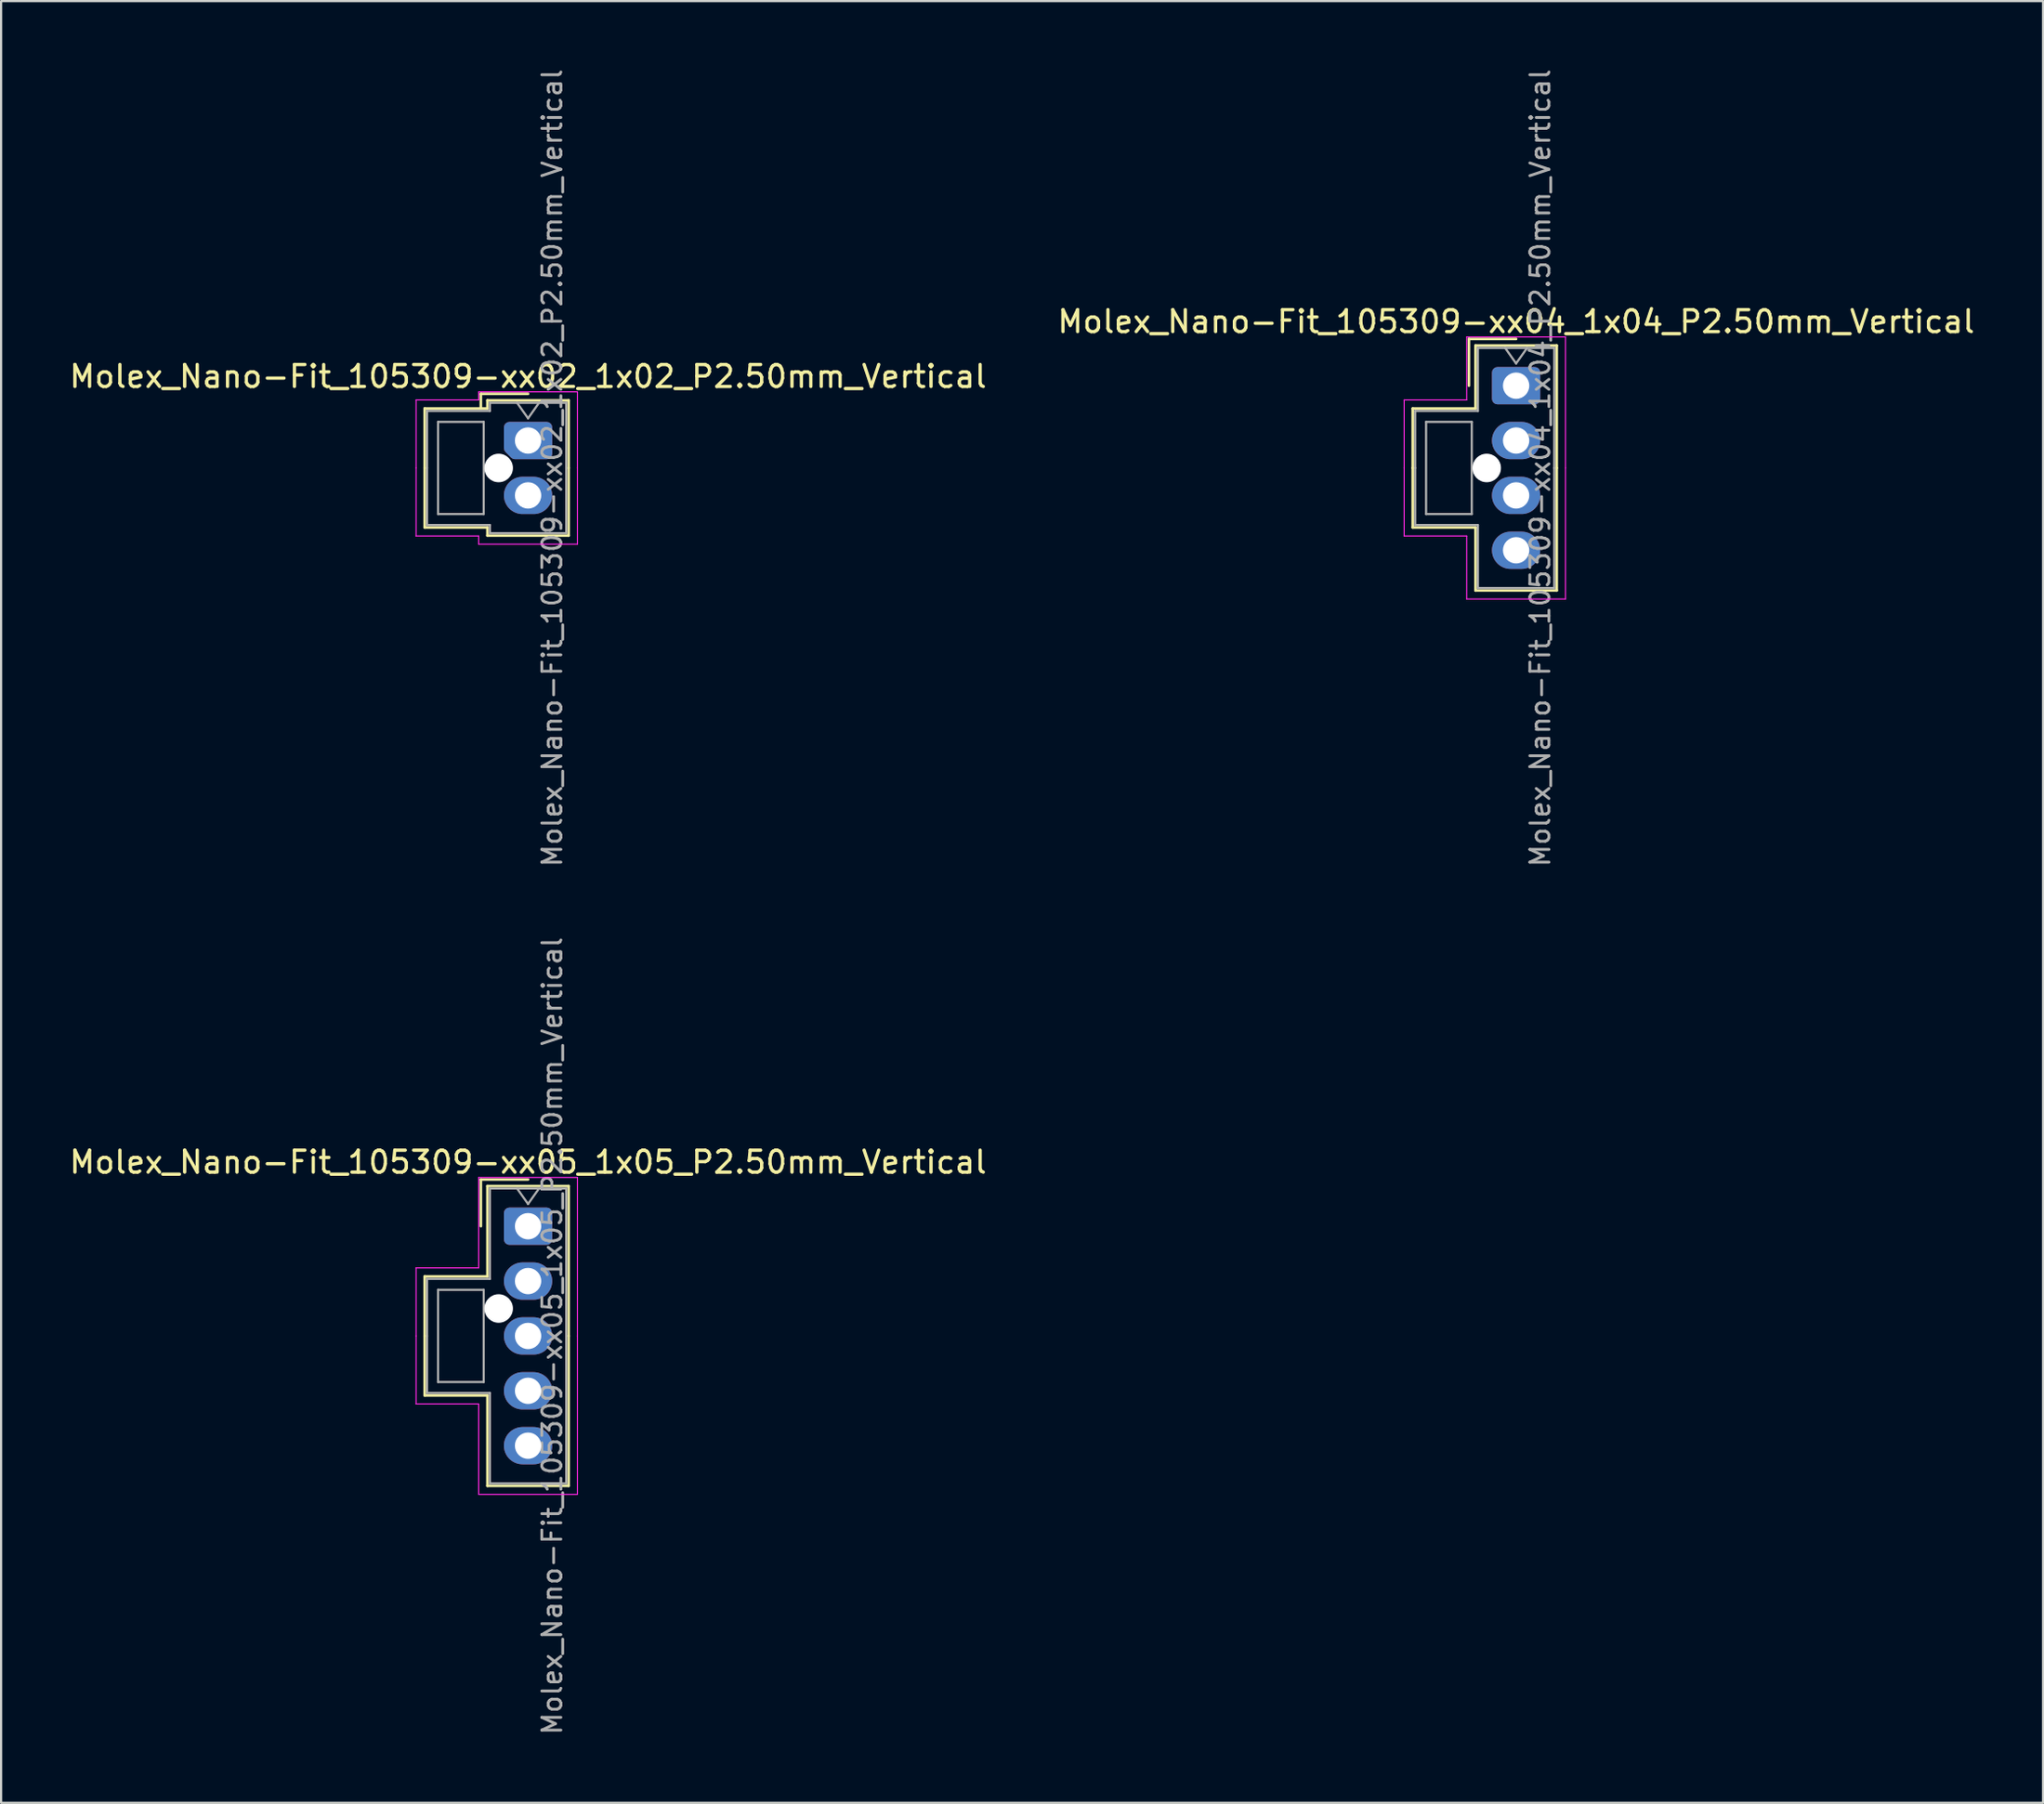
<source format=kicad_pcb>
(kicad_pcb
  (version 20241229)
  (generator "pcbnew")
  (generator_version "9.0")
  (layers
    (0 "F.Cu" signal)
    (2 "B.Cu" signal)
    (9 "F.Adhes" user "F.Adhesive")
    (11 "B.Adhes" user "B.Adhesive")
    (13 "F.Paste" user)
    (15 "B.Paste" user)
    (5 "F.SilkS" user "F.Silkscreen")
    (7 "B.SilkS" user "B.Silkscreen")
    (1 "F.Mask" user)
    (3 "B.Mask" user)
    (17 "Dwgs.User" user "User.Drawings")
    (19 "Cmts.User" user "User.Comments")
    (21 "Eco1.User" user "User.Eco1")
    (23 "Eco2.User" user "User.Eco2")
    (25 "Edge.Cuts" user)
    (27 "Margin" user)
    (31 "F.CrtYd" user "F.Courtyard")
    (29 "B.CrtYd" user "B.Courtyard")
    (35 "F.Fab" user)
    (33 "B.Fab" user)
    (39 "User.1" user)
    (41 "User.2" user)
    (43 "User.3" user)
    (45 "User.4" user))
  (footprint "Molex_Nano-Fit_105309-xx02_1x02_P2.50mm_Vertical"
    (layer "F.Cu")
    (at 21.006 17.024)
    (property "Reference" "Molex_Nano-Fit_105309-xx02_1x02_P2.50mm_Vertical" (at 0 -2.92 0) (layer "F.SilkS") (effects (font (size 1 1) (thickness 0.15))))
    (attr through_hole)
    (fp_line (start -4.71 -1.46) (end -4.71 1.25) (stroke (width 0.12) (type solid)) (layer "F.SilkS"))
    (fp_line (start -4.71 3.96) (end -4.71 1.25) (stroke (width 0.12) (type solid)) (layer "F.SilkS"))
    (fp_line (start -2.15 -2.13) (end -2.15 -1.46) (stroke (width 0.12) (type solid)) (layer "F.SilkS"))
    (fp_line (start -1.85 -1.83) (end -1.85 -1.46) (stroke (width 0.12) (type solid)) (layer "F.SilkS"))
    (fp_line (start -1.85 -1.46) (end -4.71 -1.46) (stroke (width 0.12) (type solid)) (layer "F.SilkS"))
    (fp_line (start -1.85 3.96) (end -4.71 3.96) (stroke (width 0.12) (type solid)) (layer "F.SilkS"))
    (fp_line (start -1.85 4.33) (end -1.85 3.96) (stroke (width 0.12) (type solid)) (layer "F.SilkS"))
    (fp_line (start 0 -2.13) (end -2.15 -2.13) (stroke (width 0.12) (type solid)) (layer "F.SilkS"))
    (fp_line (start 1.85 -1.83) (end -1.85 -1.83) (stroke (width 0.12) (type solid)) (layer "F.SilkS"))
    (fp_line (start 1.85 1.25) (end 1.85 -1.83) (stroke (width 0.12) (type solid)) (layer "F.SilkS"))
    (fp_line (start 1.85 1.25) (end 1.85 4.33) (stroke (width 0.12) (type solid)) (layer "F.SilkS"))
    (fp_line (start 1.85 4.33) (end -1.85 4.33) (stroke (width 0.12) (type solid)) (layer "F.SilkS"))
    (fp_line (start -5.1 -1.85) (end -5.1 1.25) (stroke (width 0.05) (type solid)) (layer "F.CrtYd"))
    (fp_line (start -5.1 4.35) (end -5.1 1.25) (stroke (width 0.05) (type solid)) (layer "F.CrtYd"))
    (fp_line (start -2.25 -2.22) (end -2.25 -1.85) (stroke (width 0.05) (type solid)) (layer "F.CrtYd"))
    (fp_line (start -2.25 -1.85) (end -5.1 -1.85) (stroke (width 0.05) (type solid)) (layer "F.CrtYd"))
    (fp_line (start -2.25 4.35) (end -5.1 4.35) (stroke (width 0.05) (type solid)) (layer "F.CrtYd"))
    (fp_line (start -2.25 4.72) (end -2.25 4.35) (stroke (width 0.05) (type solid)) (layer "F.CrtYd"))
    (fp_line (start 2.25 -2.22) (end -2.25 -2.22) (stroke (width 0.05) (type solid)) (layer "F.CrtYd"))
    (fp_line (start 2.25 1.25) (end 2.25 -2.22) (stroke (width 0.05) (type solid)) (layer "F.CrtYd"))
    (fp_line (start 2.25 1.25) (end 2.25 4.72) (stroke (width 0.05) (type solid)) (layer "F.CrtYd"))
    (fp_line (start 2.25 4.72) (end -2.25 4.72) (stroke (width 0.05) (type solid)) (layer "F.CrtYd"))
    (fp_line (start -4.6 -1.35) (end -4.6 1.25) (stroke (width 0.1) (type solid)) (layer "F.Fab"))
    (fp_line (start -4.6 3.85) (end -4.6 1.25) (stroke (width 0.1) (type solid)) (layer "F.Fab"))
    (fp_line (start -4.1 -0.85) (end -4.1 3.35) (stroke (width 0.1) (type solid)) (layer "F.Fab"))
    (fp_line (start -4.1 3.35) (end -2.02 3.35) (stroke (width 0.1) (type solid)) (layer "F.Fab"))
    (fp_line (start -2.02 -0.85) (end -4.1 -0.85) (stroke (width 0.1) (type solid)) (layer "F.Fab"))
    (fp_line (start -2.02 3.35) (end -2.02 -0.85) (stroke (width 0.1) (type solid)) (layer "F.Fab"))
    (fp_line (start -1.74 -1.72) (end -1.74 -1.35) (stroke (width 0.1) (type solid)) (layer "F.Fab"))
    (fp_line (start -1.74 -1.35) (end -4.6 -1.35) (stroke (width 0.1) (type solid)) (layer "F.Fab"))
    (fp_line (start -1.74 3.85) (end -4.6 3.85) (stroke (width 0.1) (type solid)) (layer "F.Fab"))
    (fp_line (start -1.74 4.22) (end -1.74 3.85) (stroke (width 0.1) (type solid)) (layer "F.Fab"))
    (fp_line (start -0.5 -1.72) (end 0 -1.013) (stroke (width 0.1) (type solid)) (layer "F.Fab"))
    (fp_line (start 0 -1.013) (end 0.5 -1.72) (stroke (width 0.1) (type solid)) (layer "F.Fab"))
    (fp_line (start 1.74 -1.72) (end -1.74 -1.72) (stroke (width 0.1) (type solid)) (layer "F.Fab"))
    (fp_line (start 1.74 1.25) (end 1.74 -1.72) (stroke (width 0.1) (type solid)) (layer "F.Fab"))
    (fp_line (start 1.74 1.25) (end 1.74 4.22) (stroke (width 0.1) (type solid)) (layer "F.Fab"))
    (fp_line (start 1.74 4.22) (end -1.74 4.22) (stroke (width 0.1) (type solid)) (layer "F.Fab"))
    (fp_text user "${REFERENCE}" (at 1.1 1.25 90) (layer "F.Fab") (effects (font (size 0.87 0.87) (thickness 0.13))))
    (pad "" np_thru_hole circle (at -1.34 1.25) (size 1.3 1.3) (drill 1.3) (layers "*.Cu" "*.Mask"))
    (pad "1" thru_hole custom (at 0 0) (size 1.417 1.417) (drill 1.2) (layers "*.Cu" "*.Mask") (options (anchor circle)) (primitives (gr_poly (pts (xy -0.85 -0.6) (xy 0.85 -0.6) (xy 0.85 0.6) (xy -0.596 0.6) (xy -0.85 0.346)) (width 0.5) (fill yes))))
    (pad "2" thru_hole oval (at 0 2.5) (size 2.2 1.7) (drill 1.2) (layers "*.Cu" "*.Mask")))
  (footprint "Molex_Nano-Fit_105309-xx05_1x05_P2.50mm_Vertical"
    (layer "F.Cu")
    (at 21.006 52.823)
    (property "Reference" "Molex_Nano-Fit_105309-xx05_1x05_P2.50mm_Vertical" (at 0 -2.92 0) (layer "F.SilkS") (effects (font (size 1 1) (thickness 0.15))))
    (attr through_hole)
    (fp_line (start -4.71 2.29) (end -4.71 5) (stroke (width 0.12) (type solid)) (layer "F.SilkS"))
    (fp_line (start -4.71 7.71) (end -4.71 5) (stroke (width 0.12) (type solid)) (layer "F.SilkS"))
    (fp_line (start -2.15 -2.13) (end -2.15 0) (stroke (width 0.12) (type solid)) (layer "F.SilkS"))
    (fp_line (start -1.85 -1.83) (end -1.85 2.29) (stroke (width 0.12) (type solid)) (layer "F.SilkS"))
    (fp_line (start -1.85 2.29) (end -4.71 2.29) (stroke (width 0.12) (type solid)) (layer "F.SilkS"))
    (fp_line (start -1.85 7.71) (end -4.71 7.71) (stroke (width 0.12) (type solid)) (layer "F.SilkS"))
    (fp_line (start -1.85 11.83) (end -1.85 7.71) (stroke (width 0.12) (type solid)) (layer "F.SilkS"))
    (fp_line (start 0 -2.13) (end -2.15 -2.13) (stroke (width 0.12) (type solid)) (layer "F.SilkS"))
    (fp_line (start 1.85 -1.83) (end -1.85 -1.83) (stroke (width 0.12) (type solid)) (layer "F.SilkS"))
    (fp_line (start 1.85 5) (end 1.85 -1.83) (stroke (width 0.12) (type solid)) (layer "F.SilkS"))
    (fp_line (start 1.85 5) (end 1.85 11.83) (stroke (width 0.12) (type solid)) (layer "F.SilkS"))
    (fp_line (start 1.85 11.83) (end -1.85 11.83) (stroke (width 0.12) (type solid)) (layer "F.SilkS"))
    (fp_line (start -5.1 1.9) (end -5.1 5) (stroke (width 0.05) (type solid)) (layer "F.CrtYd"))
    (fp_line (start -5.1 8.1) (end -5.1 5) (stroke (width 0.05) (type solid)) (layer "F.CrtYd"))
    (fp_line (start -2.25 -2.22) (end -2.25 1.9) (stroke (width 0.05) (type solid)) (layer "F.CrtYd"))
    (fp_line (start -2.25 1.9) (end -5.1 1.9) (stroke (width 0.05) (type solid)) (layer "F.CrtYd"))
    (fp_line (start -2.25 8.1) (end -5.1 8.1) (stroke (width 0.05) (type solid)) (layer "F.CrtYd"))
    (fp_line (start -2.25 12.22) (end -2.25 8.1) (stroke (width 0.05) (type solid)) (layer "F.CrtYd"))
    (fp_line (start 2.25 -2.22) (end -2.25 -2.22) (stroke (width 0.05) (type solid)) (layer "F.CrtYd"))
    (fp_line (start 2.25 5) (end 2.25 -2.22) (stroke (width 0.05) (type solid)) (layer "F.CrtYd"))
    (fp_line (start 2.25 5) (end 2.25 12.22) (stroke (width 0.05) (type solid)) (layer "F.CrtYd"))
    (fp_line (start 2.25 12.22) (end -2.25 12.22) (stroke (width 0.05) (type solid)) (layer "F.CrtYd"))
    (fp_line (start -4.6 2.4) (end -4.6 5) (stroke (width 0.1) (type solid)) (layer "F.Fab"))
    (fp_line (start -4.6 7.6) (end -4.6 5) (stroke (width 0.1) (type solid)) (layer "F.Fab"))
    (fp_line (start -4.1 2.9) (end -4.1 7.1) (stroke (width 0.1) (type solid)) (layer "F.Fab"))
    (fp_line (start -4.1 7.1) (end -2.02 7.1) (stroke (width 0.1) (type solid)) (layer "F.Fab"))
    (fp_line (start -2.02 2.9) (end -4.1 2.9) (stroke (width 0.1) (type solid)) (layer "F.Fab"))
    (fp_line (start -2.02 7.1) (end -2.02 2.9) (stroke (width 0.1) (type solid)) (layer "F.Fab"))
    (fp_line (start -1.74 -1.72) (end -1.74 2.4) (stroke (width 0.1) (type solid)) (layer "F.Fab"))
    (fp_line (start -1.74 2.4) (end -4.6 2.4) (stroke (width 0.1) (type solid)) (layer "F.Fab"))
    (fp_line (start -1.74 7.6) (end -4.6 7.6) (stroke (width 0.1) (type solid)) (layer "F.Fab"))
    (fp_line (start -1.74 11.72) (end -1.74 7.6) (stroke (width 0.1) (type solid)) (layer "F.Fab"))
    (fp_line (start -0.5 -1.72) (end 0 -1.013) (stroke (width 0.1) (type solid)) (layer "F.Fab"))
    (fp_line (start 0 -1.013) (end 0.5 -1.72) (stroke (width 0.1) (type solid)) (layer "F.Fab"))
    (fp_line (start 1.74 -1.72) (end -1.74 -1.72) (stroke (width 0.1) (type solid)) (layer "F.Fab"))
    (fp_line (start 1.74 5) (end 1.74 -1.72) (stroke (width 0.1) (type solid)) (layer "F.Fab"))
    (fp_line (start 1.74 5) (end 1.74 11.72) (stroke (width 0.1) (type solid)) (layer "F.Fab"))
    (fp_line (start 1.74 11.72) (end -1.74 11.72) (stroke (width 0.1) (type solid)) (layer "F.Fab"))
    (fp_text user "${REFERENCE}" (at 1.1 5 90) (layer "F.Fab") (effects (font (size 0.87 0.87) (thickness 0.13))))
    (pad "" np_thru_hole circle (at -1.34 3.75) (size 1.3 1.3) (drill 1.3) (layers "*.Cu" "*.Mask"))
    (pad "1" thru_hole roundrect (at 0 0) (size 2.2 1.7) (drill 1.2) (layers "*.Cu" "*.Mask") (roundrect_rratio 0.147))
    (pad "2" thru_hole oval (at 0 2.5) (size 2.2 1.7) (drill 1.2) (layers "*.Cu" "*.Mask"))
    (pad "3" thru_hole oval (at 0 5) (size 2.2 1.7) (drill 1.2) (layers "*.Cu" "*.Mask"))
    (pad "4" thru_hole oval (at 0 7.5) (size 2.2 1.7) (drill 1.2) (layers "*.Cu" "*.Mask"))
    (pad "5" thru_hole oval (at 0 10) (size 2.2 1.7) (drill 1.2) (layers "*.Cu" "*.Mask")))
  (footprint "Molex_Nano-Fit_105309-xx04_1x04_P2.50mm_Vertical"
    (layer "F.Cu")
    (at 66.018 14.524)
    (property "Reference" "Molex_Nano-Fit_105309-xx04_1x04_P2.50mm_Vertical" (at 0 -2.92 0) (layer "F.SilkS") (effects (font (size 1 1) (thickness 0.15))))
    (attr through_hole)
    (fp_line (start -4.71 1.04) (end -4.71 3.75) (stroke (width 0.12) (type solid)) (layer "F.SilkS"))
    (fp_line (start -4.71 6.46) (end -4.71 3.75) (stroke (width 0.12) (type solid)) (layer "F.SilkS"))
    (fp_line (start -2.15 -2.13) (end -2.15 0) (stroke (width 0.12) (type solid)) (layer "F.SilkS"))
    (fp_line (start -1.85 -1.83) (end -1.85 1.04) (stroke (width 0.12) (type solid)) (layer "F.SilkS"))
    (fp_line (start -1.85 1.04) (end -4.71 1.04) (stroke (width 0.12) (type solid)) (layer "F.SilkS"))
    (fp_line (start -1.85 6.46) (end -4.71 6.46) (stroke (width 0.12) (type solid)) (layer "F.SilkS"))
    (fp_line (start -1.85 9.33) (end -1.85 6.46) (stroke (width 0.12) (type solid)) (layer "F.SilkS"))
    (fp_line (start 0 -2.13) (end -2.15 -2.13) (stroke (width 0.12) (type solid)) (layer "F.SilkS"))
    (fp_line (start 1.85 -1.83) (end -1.85 -1.83) (stroke (width 0.12) (type solid)) (layer "F.SilkS"))
    (fp_line (start 1.85 3.75) (end 1.85 -1.83) (stroke (width 0.12) (type solid)) (layer "F.SilkS"))
    (fp_line (start 1.85 3.75) (end 1.85 9.33) (stroke (width 0.12) (type solid)) (layer "F.SilkS"))
    (fp_line (start 1.85 9.33) (end -1.85 9.33) (stroke (width 0.12) (type solid)) (layer "F.SilkS"))
    (fp_line (start -5.1 0.65) (end -5.1 3.75) (stroke (width 0.05) (type solid)) (layer "F.CrtYd"))
    (fp_line (start -5.1 6.85) (end -5.1 3.75) (stroke (width 0.05) (type solid)) (layer "F.CrtYd"))
    (fp_line (start -2.25 -2.22) (end -2.25 0.65) (stroke (width 0.05) (type solid)) (layer "F.CrtYd"))
    (fp_line (start -2.25 0.65) (end -5.1 0.65) (stroke (width 0.05) (type solid)) (layer "F.CrtYd"))
    (fp_line (start -2.25 6.85) (end -5.1 6.85) (stroke (width 0.05) (type solid)) (layer "F.CrtYd"))
    (fp_line (start -2.25 9.72) (end -2.25 6.85) (stroke (width 0.05) (type solid)) (layer "F.CrtYd"))
    (fp_line (start 2.25 -2.22) (end -2.25 -2.22) (stroke (width 0.05) (type solid)) (layer "F.CrtYd"))
    (fp_line (start 2.25 3.75) (end 2.25 -2.22) (stroke (width 0.05) (type solid)) (layer "F.CrtYd"))
    (fp_line (start 2.25 3.75) (end 2.25 9.72) (stroke (width 0.05) (type solid)) (layer "F.CrtYd"))
    (fp_line (start 2.25 9.72) (end -2.25 9.72) (stroke (width 0.05) (type solid)) (layer "F.CrtYd"))
    (fp_line (start -4.6 1.15) (end -4.6 3.75) (stroke (width 0.1) (type solid)) (layer "F.Fab"))
    (fp_line (start -4.6 6.35) (end -4.6 3.75) (stroke (width 0.1) (type solid)) (layer "F.Fab"))
    (fp_line (start -4.1 1.65) (end -4.1 5.85) (stroke (width 0.1) (type solid)) (layer "F.Fab"))
    (fp_line (start -4.1 5.85) (end -2.02 5.85) (stroke (width 0.1) (type solid)) (layer "F.Fab"))
    (fp_line (start -2.02 1.65) (end -4.1 1.65) (stroke (width 0.1) (type solid)) (layer "F.Fab"))
    (fp_line (start -2.02 5.85) (end -2.02 1.65) (stroke (width 0.1) (type solid)) (layer "F.Fab"))
    (fp_line (start -1.74 -1.72) (end -1.74 1.15) (stroke (width 0.1) (type solid)) (layer "F.Fab"))
    (fp_line (start -1.74 1.15) (end -4.6 1.15) (stroke (width 0.1) (type solid)) (layer "F.Fab"))
    (fp_line (start -1.74 6.35) (end -4.6 6.35) (stroke (width 0.1) (type solid)) (layer "F.Fab"))
    (fp_line (start -1.74 9.22) (end -1.74 6.35) (stroke (width 0.1) (type solid)) (layer "F.Fab"))
    (fp_line (start -0.5 -1.72) (end 0 -1.013) (stroke (width 0.1) (type solid)) (layer "F.Fab"))
    (fp_line (start 0 -1.013) (end 0.5 -1.72) (stroke (width 0.1) (type solid)) (layer "F.Fab"))
    (fp_line (start 1.74 -1.72) (end -1.74 -1.72) (stroke (width 0.1) (type solid)) (layer "F.Fab"))
    (fp_line (start 1.74 3.75) (end 1.74 -1.72) (stroke (width 0.1) (type solid)) (layer "F.Fab"))
    (fp_line (start 1.74 3.75) (end 1.74 9.22) (stroke (width 0.1) (type solid)) (layer "F.Fab"))
    (fp_line (start 1.74 9.22) (end -1.74 9.22) (stroke (width 0.1) (type solid)) (layer "F.Fab"))
    (fp_text user "${REFERENCE}" (at 1.1 3.75 90) (layer "F.Fab") (effects (font (size 0.87 0.87) (thickness 0.13))))
    (pad "" np_thru_hole circle (at -1.34 3.75) (size 1.3 1.3) (drill 1.3) (layers "*.Cu" "*.Mask"))
    (pad "1" thru_hole roundrect (at 0 0) (size 2.2 1.7) (drill 1.2) (layers "*.Cu" "*.Mask") (roundrect_rratio 0.147))
    (pad "2" thru_hole oval (at 0 2.5) (size 2.2 1.7) (drill 1.2) (layers "*.Cu" "*.Mask"))
    (pad "3" thru_hole oval (at 0 5) (size 2.2 1.7) (drill 1.2) (layers "*.Cu" "*.Mask"))
    (pad "4" thru_hole oval (at 0 7.5) (size 2.2 1.7) (drill 1.2) (layers "*.Cu" "*.Mask")))
  (gr_rect
    (start -3 -3)
    (end 90.024 79.098)
    (stroke (width 0.1) (type default))
    (fill no)
    (layer "Edge.Cuts")))
</source>
